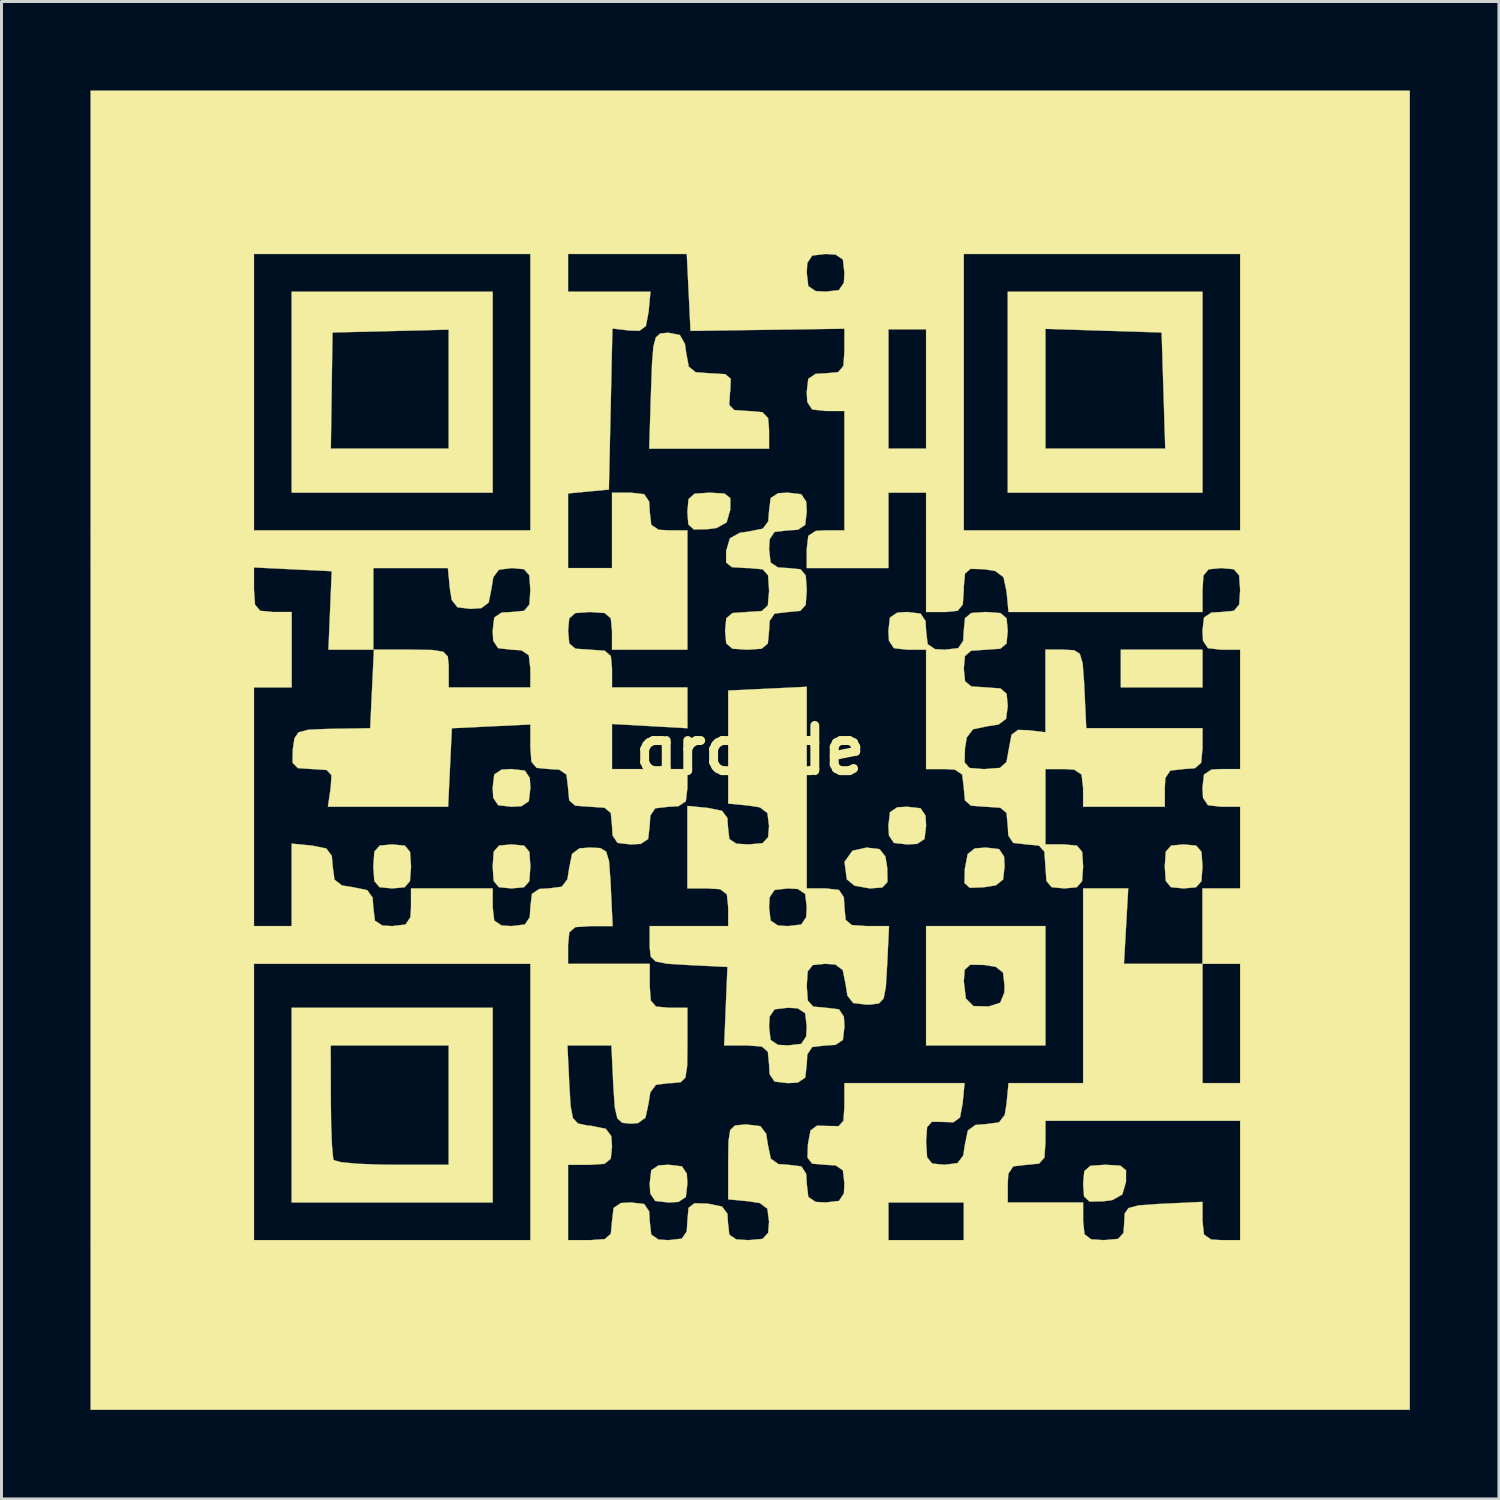
<source format=kicad_pcb>
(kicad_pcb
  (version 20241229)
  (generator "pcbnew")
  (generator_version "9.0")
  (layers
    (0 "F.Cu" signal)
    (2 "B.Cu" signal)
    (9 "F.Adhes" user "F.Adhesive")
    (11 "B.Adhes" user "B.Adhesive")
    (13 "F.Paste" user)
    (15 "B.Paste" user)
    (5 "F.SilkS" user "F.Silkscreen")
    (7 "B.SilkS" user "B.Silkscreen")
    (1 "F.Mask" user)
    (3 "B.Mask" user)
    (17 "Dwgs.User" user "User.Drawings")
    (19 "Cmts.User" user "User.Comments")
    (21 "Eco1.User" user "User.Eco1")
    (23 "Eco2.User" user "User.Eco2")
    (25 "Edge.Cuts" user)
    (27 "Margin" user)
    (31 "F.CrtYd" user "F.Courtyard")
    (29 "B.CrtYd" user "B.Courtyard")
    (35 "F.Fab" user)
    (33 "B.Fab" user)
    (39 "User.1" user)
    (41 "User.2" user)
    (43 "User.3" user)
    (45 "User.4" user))
  (footprint "qrcode"
    (layer "F.Cu")
    (at 22.23 22.23)
    (property "Reference" "qrcode" (at 0 0 0) (layer "F.SilkS") (effects (font (size 1.524 1.524) (thickness 0.3))))
    (attr through_hole)
    (fp_poly (pts (xy 15.24 -2.117) (xy 12.488 -2.117) (xy 12.488 -3.387) (xy 15.24 -3.387) (xy 15.24 -2.117)) (stroke (width 0.01) (type solid)) (fill yes) (layer "F.SilkS"))
    (fp_poly (pts (xy 4.362 3.335) (xy 4.556 3.584) (xy 4.617 3.969) (xy 4.626 4.44) (xy 4.452 4.625) (xy 4.028 4.657) (xy 3.515 4.565) (xy 3.256 4.352) (xy 3.178 3.762) (xy 3.444 3.389) (xy 3.919 3.281) (xy 4.362 3.335)) (stroke (width 0.01) (type solid)) (fill yes) (layer "F.SilkS"))
    (fp_poly (pts (xy -11.638 3.216) (xy -11.463 3.426) (xy -11.43 3.916) (xy -11.465 4.414) (xy -11.645 4.618) (xy -12.065 4.657) (xy -12.492 4.615) (xy -12.667 4.406) (xy -12.7 3.916) (xy -12.665 3.418) (xy -12.485 3.214) (xy -12.065 3.175) (xy -11.638 3.216)) (stroke (width 0.01) (type solid)) (fill yes) (layer "F.SilkS"))
    (fp_poly (pts (xy -8.678 -8.678) (xy -15.452 -8.678) (xy -15.452 -10.16) (xy -14.132 -10.16) (xy -10.16 -10.16) (xy -10.16 -14.173) (xy -14.076 -14.076) (xy -14.104 -12.118) (xy -14.132 -10.16) (xy -15.452 -10.16) (xy -15.452 -15.452) (xy -8.678 -15.452) (xy -8.678 -8.678)) (stroke (width 0.01) (type solid)) (fill yes) (layer "F.SilkS"))
    (fp_poly (pts (xy -7.617 3.216) (xy -7.442 3.426) (xy -7.408 3.916) (xy -7.444 4.414) (xy -7.623 4.618) (xy -8.043 4.657) (xy -8.47 4.615) (xy -8.645 4.406) (xy -8.678 3.916) (xy -8.643 3.418) (xy -8.463 3.214) (xy -8.043 3.175) (xy -7.617 3.216)) (stroke (width 0.01) (type solid)) (fill yes) (layer "F.SilkS"))
    (fp_poly (pts (xy -7.594 0.687) (xy -7.428 0.935) (xy -7.408 1.27) (xy -7.461 1.72) (xy -7.708 1.886) (xy -8.043 1.905) (xy -8.493 1.853) (xy -8.659 1.605) (xy -8.678 1.27) (xy -8.626 0.82) (xy -8.378 0.654) (xy -8.043 0.635) (xy -7.594 0.687)) (stroke (width 0.01) (type solid)) (fill yes) (layer "F.SilkS"))
    (fp_poly (pts (xy -2.302 14.022) (xy -2.136 14.27) (xy -2.117 14.605) (xy -2.169 15.055) (xy -2.417 15.221) (xy -2.752 15.24) (xy -3.201 15.188) (xy -3.367 14.94) (xy -3.387 14.605) (xy -3.334 14.155) (xy -3.087 13.989) (xy -2.752 13.97) (xy -2.302 14.022)) (stroke (width 0.01) (type solid)) (fill yes) (layer "F.SilkS"))
    (fp_poly (pts (xy 5.741 1.957) (xy 5.907 2.205) (xy 5.927 2.54) (xy 5.874 2.99) (xy 5.627 3.156) (xy 5.292 3.175) (xy 4.842 3.123) (xy 4.676 2.875) (xy 4.657 2.54) (xy 4.709 2.09) (xy 4.957 1.924) (xy 5.292 1.905) (xy 5.741 1.957)) (stroke (width 0.01) (type solid)) (fill yes) (layer "F.SilkS"))
    (fp_poly (pts (xy 15.032 3.216) (xy 15.207 3.426) (xy 15.24 3.916) (xy 15.205 4.414) (xy 15.025 4.618) (xy 14.605 4.657) (xy 14.178 4.615) (xy 14.003 4.406) (xy 13.97 3.916) (xy 14.005 3.418) (xy 14.185 3.214) (xy 14.605 3.175) (xy 15.032 3.216)) (stroke (width 0.01) (type solid)) (fill yes) (layer "F.SilkS"))
    (fp_poly (pts (xy 8.387 3.333) (xy 8.553 3.581) (xy 8.572 3.916) (xy 8.521 4.358) (xy 8.278 4.553) (xy 7.87 4.618) (xy 7.396 4.635) (xy 7.222 4.477) (xy 7.231 4.027) (xy 7.235 3.983) (xy 7.328 3.5) (xy 7.566 3.31) (xy 7.938 3.281) (xy 8.387 3.333)) (stroke (width 0.01) (type solid)) (fill yes) (layer "F.SilkS"))
    (fp_poly (pts (xy 15.24 -8.678) (xy 8.678 -8.678) (xy 8.678 -10.16) (xy 9.948 -10.16) (xy 13.986 -10.16) (xy 13.925 -12.118) (xy 13.864 -14.076) (xy 11.906 -14.137) (xy 9.948 -14.198) (xy 9.948 -10.16) (xy 8.678 -10.16) (xy 8.678 -15.452) (xy 15.24 -15.452) (xy 15.24 -8.678)) (stroke (width 0.01) (type solid)) (fill yes) (layer "F.SilkS"))
    (fp_poly (pts (xy -0.863 -8.648) (xy -0.671 -8.492) (xy -0.672 -8.113) (xy -0.674 -8.096) (xy -0.796 -7.677) (xy -1.125 -7.492) (xy -1.429 -7.448) (xy -1.9 -7.439) (xy -2.085 -7.612) (xy -2.117 -8.03) (xy -2.078 -8.463) (xy -1.876 -8.642) (xy -1.384 -8.678) (xy -1.362 -8.678) (xy -0.863 -8.648)) (stroke (width 0.01) (type solid)) (fill yes) (layer "F.SilkS"))
    (fp_poly (pts (xy 12.472 14) (xy 12.664 14.156) (xy 12.663 14.535) (xy 12.661 14.552) (xy 12.539 14.971) (xy 12.21 15.156) (xy 11.906 15.2) (xy 11.435 15.21) (xy 11.25 15.036) (xy 11.218 14.618) (xy 11.257 14.186) (xy 11.459 14.006) (xy 11.951 13.97) (xy 11.973 13.97) (xy 12.472 14)) (stroke (width 0.01) (type solid)) (fill yes) (layer "F.SilkS"))
    (fp_poly (pts (xy -8.678 15.24) (xy -15.452 15.24) (xy -15.452 9.948) (xy -14.138 9.948) (xy -14.133 11.8) (xy -14.121 12.651) (xy -14.093 13.335) (xy -14.054 13.747) (xy -14.037 13.811) (xy -13.798 13.882) (xy -13.237 13.936) (xy -12.455 13.966) (xy -12.053 13.97) (xy -10.16 13.97) (xy -10.16 9.948) (xy -14.138 9.948) (xy -15.452 9.948) (xy -15.452 8.678) (xy -8.678 8.678) (xy -8.678 15.24)) (stroke (width 0.01) (type solid)) (fill yes) (layer "F.SilkS"))
    (fp_poly (pts (xy 9.948 9.948) (xy 5.927 9.948) (xy 5.927 7.783) (xy 7.197 7.783) (xy 7.265 8.366) (xy 7.523 8.622) (xy 8.035 8.635) (xy 8.424 8.51) (xy 8.563 8.171) (xy 8.572 7.938) (xy 8.519 7.492) (xy 8.271 7.298) (xy 7.885 7.236) (xy 7.413 7.228) (xy 7.227 7.399) (xy 7.197 7.783) (xy 5.927 7.783) (xy 5.927 5.927) (xy 9.948 5.927) (xy 9.948 9.948)) (stroke (width 0.01) (type solid)) (fill yes) (layer "F.SilkS"))
    (fp_poly (pts (xy -2.372 -13.993) (xy -2.201 -13.692) (xy -2.156 -13.383) (xy -2.07 -12.925) (xy -1.841 -12.737) (xy -1.338 -12.7) (xy -0.842 -12.672) (xy -0.657 -12.517) (xy -0.671 -12.128) (xy -0.68 -12.065) (xy -0.707 -11.633) (xy -0.537 -11.461) (xy -0.069 -11.43) (xy 0.412 -11.39) (xy 0.603 -11.19) (xy 0.635 -10.795) (xy 0.635 -10.16) (xy -3.403 -10.16) (xy -3.342 -12.113) (xy -3.309 -13.028) (xy -3.263 -13.6) (xy -3.18 -13.91) (xy -3.036 -14.039) (xy -2.806 -14.065) (xy -2.752 -14.066) (xy -2.372 -13.993)) (stroke (width 0.01) (type solid)) (fill yes) (layer "F.SilkS"))
    (fp_poly (pts (xy 1.72 -8.626) (xy 1.886 -8.378) (xy 1.905 -8.043) (xy 1.853 -7.594) (xy 1.605 -7.428) (xy 1.27 -7.408) (xy 0.82 -7.356) (xy 0.654 -7.108) (xy 0.635 -6.773) (xy 0.687 -6.324) (xy 0.935 -6.158) (xy 1.27 -6.138) (xy 1.697 -6.097) (xy 1.872 -5.888) (xy 1.905 -5.397) (xy 1.87 -4.9) (xy 1.69 -4.696) (xy 1.27 -4.657) (xy 0.82 -4.604) (xy 0.654 -4.357) (xy 0.635 -4.022) (xy 0.594 -3.595) (xy 0.384 -3.42) (xy -0.106 -3.387) (xy -0.604 -3.422) (xy -0.808 -3.602) (xy -0.847 -4.022) (xy -0.805 -4.448) (xy -0.596 -4.623) (xy -0.106 -4.657) (xy 0.391 -4.689) (xy 0.594 -4.874) (xy 0.635 -5.341) (xy 0.635 -5.397) (xy 0.603 -5.891) (xy 0.422 -6.096) (xy -0.036 -6.138) (xy -0.12 -6.138) (xy -0.619 -6.169) (xy -0.811 -6.325) (xy -0.81 -6.703) (xy -0.808 -6.72) (xy -0.685 -7.139) (xy -0.356 -7.324) (xy -0.053 -7.369) (xy 0.424 -7.465) (xy 0.609 -7.712) (xy 0.635 -8.057) (xy 0.689 -8.497) (xy 0.941 -8.66) (xy 1.27 -8.678) (xy 1.72 -8.626)) (stroke (width 0.01) (type solid)) (fill yes) (layer "F.SilkS"))
    (fp_poly (pts (xy 8.435 -4.621) (xy 8.639 -4.442) (xy 8.678 -4.022) (xy 8.637 -3.595) (xy 8.428 -3.42) (xy 7.938 -3.387) (xy 7.44 -3.351) (xy 7.236 -3.172) (xy 7.197 -2.752) (xy 7.238 -2.325) (xy 7.447 -2.15) (xy 7.938 -2.117) (xy 8.435 -2.081) (xy 8.64 -1.902) (xy 8.678 -1.495) (xy 8.623 -1.059) (xy 8.37 -0.867) (xy 7.99 -0.807) (xy 7.506 -0.705) (xy 7.297 -0.429) (xy 7.236 -0.053) (xy 7.223 0.407) (xy 7.386 0.597) (xy 7.842 0.635) (xy 7.911 0.635) (xy 8.414 0.596) (xy 8.636 0.398) (xy 8.718 -0.053) (xy 8.806 -0.522) (xy 9.025 -0.684) (xy 9.366 -0.673) (xy 9.948 -0.605) (xy 9.948 -3.387) (xy 10.573 -3.387) (xy 10.915 -3.368) (xy 11.107 -3.248) (xy 11.202 -2.928) (xy 11.249 -2.311) (xy 11.261 -2.064) (xy 11.324 -0.741) (xy 15.241 -0.741) (xy 15.24 -0.053) (xy 15.197 0.421) (xy 14.988 0.606) (xy 14.605 0.635) (xy 14.155 0.687) (xy 13.989 0.935) (xy 13.97 1.27) (xy 13.97 1.905) (xy 11.218 1.905) (xy 11.218 1.27) (xy 11.166 0.82) (xy 10.918 0.654) (xy 10.583 0.635) (xy 9.948 0.635) (xy 9.948 3.175) (xy 10.583 3.175) (xy 11.01 3.216) (xy 11.185 3.426) (xy 11.218 3.916) (xy 11.183 4.414) (xy 11.003 4.618) (xy 10.583 4.657) (xy 10.157 4.615) (xy 9.982 4.406) (xy 9.948 3.916) (xy 9.913 3.418) (xy 9.733 3.214) (xy 9.313 3.175) (xy 8.864 3.123) (xy 8.698 2.875) (xy 8.678 2.54) (xy 8.637 2.113) (xy 8.428 1.938) (xy 7.938 1.905) (xy 7.44 1.87) (xy 7.236 1.69) (xy 7.197 1.27) (xy 7.144 0.82) (xy 6.897 0.654) (xy 6.562 0.635) (xy 5.927 0.635) (xy 5.927 -3.387) (xy 5.292 -3.387) (xy 4.842 -3.439) (xy 4.676 -3.687) (xy 4.657 -4.022) (xy 4.709 -4.471) (xy 4.957 -4.637) (xy 5.292 -4.657) (xy 5.741 -4.604) (xy 5.907 -4.357) (xy 5.927 -4.022) (xy 5.979 -3.572) (xy 6.227 -3.406) (xy 6.562 -3.387) (xy 7.011 -3.439) (xy 7.177 -3.687) (xy 7.197 -4.022) (xy 7.238 -4.448) (xy 7.447 -4.623) (xy 7.938 -4.657) (xy 8.435 -4.621)) (stroke (width 0.01) (type solid)) (fill yes) (layer "F.SilkS"))
    (fp_poly (pts (xy 1.905 4.657) (xy 2.54 4.657) (xy 2.99 4.709) (xy 3.156 4.957) (xy 3.175 5.292) (xy 3.215 5.716) (xy 3.422 5.892) (xy 3.922 5.927) (xy 4.677 5.927) (xy 4.614 7.25) (xy 4.571 7.971) (xy 4.496 8.366) (xy 4.336 8.534) (xy 4.041 8.572) (xy 3.916 8.572) (xy 3.471 8.519) (xy 3.276 8.271) (xy 3.215 7.885) (xy 3.118 7.407) (xy 2.872 7.222) (xy 2.527 7.197) (xy 2.109 7.239) (xy 1.937 7.453) (xy 1.905 7.938) (xy 1.94 8.435) (xy 2.12 8.639) (xy 2.54 8.678) (xy 2.99 8.731) (xy 3.156 8.978) (xy 3.175 9.313) (xy 3.123 9.763) (xy 2.875 9.929) (xy 2.54 9.948) (xy 2.09 10.001) (xy 1.924 10.248) (xy 1.905 10.583) (xy 1.853 11.033) (xy 1.605 11.199) (xy 1.27 11.218) (xy 0.82 11.166) (xy 0.654 10.918) (xy 0.635 10.583) (xy 0.595 10.16) (xy 0.39 9.984) (xy -0.107 9.948) (xy -0.121 9.948) (xy -0.877 9.948) (xy -0.85 9.313) (xy 0.635 9.313) (xy 0.687 9.763) (xy 0.935 9.929) (xy 1.27 9.948) (xy 1.72 9.896) (xy 1.886 9.648) (xy 1.905 9.313) (xy 1.853 8.864) (xy 1.605 8.698) (xy 1.27 8.678) (xy 0.82 8.731) (xy 0.654 8.978) (xy 0.635 9.313) (xy -0.85 9.313) (xy -0.822 8.625) (xy -0.767 7.303) (xy -2.077 7.239) (xy -2.793 7.196) (xy -3.185 7.119) (xy -3.35 6.957) (xy -3.386 6.659) (xy -3.387 6.552) (xy -3.387 5.927) (xy -0.741 5.927) (xy -0.741 5.292) (xy 0.635 5.292) (xy 0.687 5.741) (xy 0.935 5.907) (xy 1.27 5.927) (xy 1.72 5.874) (xy 1.886 5.627) (xy 1.905 5.292) (xy 1.853 4.842) (xy 1.605 4.676) (xy 1.27 4.657) (xy 0.82 4.709) (xy 0.654 4.957) (xy 0.635 5.292) (xy -0.741 5.292) (xy -0.787 4.854) (xy -1.014 4.683) (xy -1.429 4.657) (xy -2.117 4.657) (xy -2.117 1.878) (xy -1.429 1.945) (xy -0.951 2.041) (xy -0.769 2.284) (xy -0.749 2.593) (xy -0.704 2.993) (xy -0.468 3.151) (xy -0.061 3.175) (xy 0.417 3.133) (xy 0.605 2.929) (xy 0.635 2.553) (xy 0.58 2.117) (xy 0.326 1.925) (xy -0.053 1.865) (xy -0.741 1.799) (xy -0.741 -2.011) (xy 1.905 -2.137) (xy 1.905 4.657)) (stroke (width 0.01) (type solid)) (fill yes) (layer "F.SilkS"))
    (fp_poly (pts (xy 22.225 22.225) (xy -22.225 22.225) (xy -22.225 7.197) (xy -16.722 7.197) (xy -16.722 16.51) (xy -7.408 16.51) (xy -7.408 7.197) (xy -16.722 7.197) (xy -22.225 7.197) (xy -22.225 -6.159) (xy -16.722 -6.159) (xy -16.722 -5.408) (xy -16.687 -4.905) (xy -16.513 -4.698) (xy -16.09 -4.657) (xy -16.087 -4.657) (xy -15.452 -4.657) (xy -15.452 -2.117) (xy -16.722 -2.117) (xy -16.722 5.927) (xy -15.452 5.927) (xy -15.452 3.148) (xy -14.764 3.215) (xy -14.286 3.311) (xy -14.099 3.561) (xy -14.069 3.916) (xy -14.009 4.363) (xy -13.754 4.558) (xy -13.381 4.617) (xy -12.907 4.715) (xy -12.724 4.966) (xy -12.7 5.305) (xy -12.646 5.746) (xy -12.394 5.908) (xy -12.065 5.927) (xy -11.615 5.874) (xy -11.449 5.627) (xy -11.43 5.292) (xy -11.43 4.657) (xy -8.678 4.657) (xy -8.678 5.292) (xy -8.626 5.741) (xy -8.378 5.907) (xy -8.043 5.927) (xy -7.594 5.874) (xy -7.428 5.627) (xy -7.408 5.292) (xy -7.355 4.842) (xy -7.109 4.676) (xy -6.787 4.657) (xy -6.35 4.601) (xy -6.159 4.348) (xy -6.099 3.969) (xy -6.003 3.492) (xy -5.756 3.307) (xy -5.397 3.281) (xy -5.051 3.298) (xy -4.855 3.416) (xy -4.759 3.732) (xy -4.712 4.343) (xy -4.699 4.604) (xy -4.636 5.927) (xy -5.387 5.927) (xy -5.89 5.961) (xy -6.097 6.135) (xy -6.138 6.558) (xy -6.138 6.562) (xy -6.138 7.197) (xy -3.387 7.197) (xy -3.387 7.938) (xy -3.351 8.435) (xy -3.172 8.639) (xy -2.752 8.678) (xy -2.117 8.678) (xy -2.117 9.948) (xy -2.125 10.651) (xy -2.184 11.031) (xy -2.341 11.186) (xy -2.646 11.218) (xy -2.738 11.218) (xy -3.176 11.274) (xy -3.368 11.53) (xy -3.426 11.902) (xy -3.529 12.382) (xy -3.781 12.565) (xy -4.022 12.584) (xy -4.312 12.555) (xy -4.478 12.404) (xy -4.563 12.032) (xy -4.61 11.343) (xy -4.614 11.266) (xy -4.677 9.948) (xy -6.159 9.948) (xy -6.096 11.271) (xy -6.053 11.993) (xy -5.975 12.394) (xy -5.806 12.578) (xy -5.491 12.646) (xy -5.345 12.66) (xy -4.867 12.757) (xy -4.682 13.003) (xy -4.657 13.348) (xy -4.699 13.766) (xy -4.913 13.938) (xy -5.397 13.97) (xy -6.138 13.97) (xy -6.138 16.51) (xy -5.397 16.51) (xy -4.9 16.475) (xy -4.696 16.295) (xy -4.657 15.875) (xy -4.604 15.425) (xy -4.357 15.259) (xy -4.022 15.24) (xy -3.572 15.292) (xy -3.406 15.54) (xy -3.387 15.875) (xy -3.334 16.325) (xy -3.087 16.491) (xy -2.752 16.51) (xy -2.305 16.459) (xy -2.138 16.217) (xy -2.117 15.862) (xy -2.078 15.421) (xy -1.875 15.266) (xy -1.429 15.28) (xy -0.951 15.376) (xy -0.769 15.619) (xy -0.749 15.928) (xy -0.704 16.328) (xy -0.468 16.486) (xy -0.061 16.51) (xy 0.417 16.468) (xy 0.605 16.264) (xy 0.635 15.888) (xy 0.58 15.452) (xy 0.326 15.26) (xy -0.053 15.2) (xy -0.741 15.134) (xy -0.741 13.875) (xy -0.732 13.175) (xy -0.673 12.799) (xy -0.512 12.646) (xy -0.2 12.615) (xy -0.106 12.614) (xy 0.342 12.668) (xy 0.536 12.92) (xy 0.595 13.291) (xy 0.694 13.765) (xy 0.947 13.946) (xy 1.283 13.97) (xy 1.724 14.024) (xy 1.886 14.276) (xy 1.905 14.605) (xy 1.957 15.055) (xy 2.205 15.221) (xy 2.54 15.24) (xy 4.657 15.24) (xy 4.657 16.51) (xy 7.197 16.51) (xy 7.197 15.24) (xy 4.657 15.24) (xy 2.54 15.24) (xy 2.99 15.188) (xy 3.156 14.94) (xy 3.175 14.605) (xy 8.678 14.605) (xy 8.678 15.24) (xy 11.218 15.24) (xy 11.218 15.875) (xy 11.264 16.311) (xy 11.488 16.482) (xy 11.915 16.51) (xy 12.393 16.468) (xy 12.579 16.268) (xy 12.603 15.928) (xy 12.62 15.61) (xy 12.748 15.429) (xy 13.085 15.339) (xy 13.726 15.292) (xy 13.917 15.283) (xy 15.24 15.22) (xy 15.24 15.865) (xy 15.29 16.319) (xy 15.53 16.489) (xy 15.875 16.51) (xy 16.51 16.51) (xy 16.51 12.488) (xy 9.948 12.488) (xy 9.948 13.229) (xy 9.913 13.727) (xy 9.733 13.931) (xy 9.313 13.97) (xy 8.864 14.022) (xy 8.698 14.27) (xy 8.678 14.605) (xy 3.175 14.605) (xy 3.124 14.158) (xy 2.882 13.991) (xy 2.527 13.97) (xy 2.086 13.932) (xy 1.931 13.729) (xy 1.945 13.282) (xy 2.033 12.813) (xy 2.252 12.651) (xy 2.593 12.662) (xy 2.98 12.668) (xy 3.142 12.486) (xy 3.175 11.999) (xy 3.175 11.974) (xy 3.175 11.218) (xy 7.223 11.218) (xy 7.157 11.906) (xy 7.069 12.375) (xy 6.85 12.538) (xy 6.509 12.526) (xy 6.121 12.52) (xy 5.96 12.703) (xy 5.927 13.189) (xy 5.927 13.214) (xy 5.961 13.719) (xy 6.132 13.928) (xy 6.546 13.97) (xy 6.548 13.97) (xy 6.986 13.914) (xy 7.178 13.658) (xy 7.236 13.289) (xy 7.334 12.814) (xy 7.588 12.629) (xy 7.938 12.601) (xy 8.383 12.542) (xy 8.578 12.289) (xy 8.639 11.906) (xy 8.705 11.218) (xy 11.218 11.218) (xy 15.24 11.218) (xy 16.51 11.218) (xy 16.51 7.197) (xy 15.24 7.197) (xy 15.24 11.218) (xy 11.218 11.218) (xy 11.218 4.657) (xy 12.738 4.657) (xy 12.594 7.197) (xy 15.24 7.197) (xy 15.24 4.657) (xy 16.51 4.657) (xy 16.51 1.905) (xy 15.875 1.905) (xy 15.425 1.853) (xy 15.259 1.605) (xy 15.24 1.27) (xy 15.292 0.82) (xy 15.54 0.654) (xy 15.875 0.635) (xy 16.51 0.635) (xy 16.51 -3.387) (xy 15.875 -3.387) (xy 15.425 -3.439) (xy 15.259 -3.687) (xy 15.24 -4.022) (xy 15.292 -4.471) (xy 15.54 -4.637) (xy 15.875 -4.657) (xy 16.302 -4.698) (xy 16.477 -4.907) (xy 16.51 -5.397) (xy 16.475 -5.895) (xy 16.295 -6.099) (xy 15.875 -6.138) (xy 15.448 -6.097) (xy 15.273 -5.888) (xy 15.24 -5.397) (xy 15.24 -4.657) (xy 8.705 -4.657) (xy 8.639 -5.345) (xy 8.536 -5.829) (xy 8.26 -6.038) (xy 7.885 -6.099) (xy 7.427 -6.112) (xy 7.237 -5.953) (xy 7.197 -5.504) (xy 7.197 -5.411) (xy 7.163 -4.907) (xy 6.99 -4.698) (xy 6.57 -4.657) (xy 6.562 -4.657) (xy 5.927 -4.657) (xy 5.927 -8.678) (xy 4.657 -8.678) (xy 4.657 -6.138) (xy 1.905 -6.138) (xy 1.905 -6.773) (xy 1.957 -7.223) (xy 2.205 -7.389) (xy 2.54 -7.408) (xy 3.175 -7.408) (xy 3.175 -11.43) (xy 2.54 -11.43) (xy 2.09 -11.482) (xy 1.924 -11.73) (xy 1.905 -12.065) (xy 1.957 -12.515) (xy 2.205 -12.681) (xy 2.54 -12.7) (xy 2.964 -12.74) (xy 3.14 -12.947) (xy 3.175 -13.446) (xy 3.175 -13.452) (xy 3.175 -14.182) (xy 4.657 -14.182) (xy 4.657 -10.16) (xy 5.927 -10.16) (xy 5.927 -14.182) (xy 4.657 -14.182) (xy 3.175 -14.182) (xy 3.175 -14.204) (xy -2.011 -14.13) (xy -2.106 -16.087) (xy 1.905 -16.087) (xy 1.957 -15.637) (xy 2.205 -15.471) (xy 2.54 -15.452) (xy 2.99 -15.504) (xy 3.156 -15.752) (xy 3.175 -16.087) (xy 3.123 -16.536) (xy 2.875 -16.702) (xy 2.54 -16.722) (xy 7.197 -16.722) (xy 7.197 -7.408) (xy 16.51 -7.408) (xy 16.51 -16.722) (xy 7.197 -16.722) (xy 2.54 -16.722) (xy 2.09 -16.669) (xy 1.924 -16.422) (xy 1.905 -16.087) (xy -2.106 -16.087) (xy -2.137 -16.722) (xy -6.138 -16.722) (xy -6.138 -15.452) (xy -3.36 -15.452) (xy -3.426 -14.764) (xy -3.515 -14.294) (xy -3.734 -14.132) (xy -4.068 -14.143) (xy -4.644 -14.21) (xy -4.703 -11.497) (xy -4.763 -8.784) (xy -5.45 -8.718) (xy -6.138 -8.652) (xy -6.138 -6.138) (xy -4.657 -6.138) (xy -4.657 -8.678) (xy -4.022 -8.678) (xy -3.572 -8.626) (xy -3.406 -8.378) (xy -3.387 -8.043) (xy -3.334 -7.594) (xy -3.087 -7.428) (xy -2.752 -7.408) (xy -2.117 -7.408) (xy -2.117 -3.387) (xy -4.657 -3.387) (xy -4.657 -4.022) (xy -4.698 -4.448) (xy -4.907 -4.623) (xy -5.397 -4.657) (xy -5.895 -4.621) (xy -6.099 -4.442) (xy -6.138 -4.022) (xy -6.097 -3.595) (xy -5.888 -3.42) (xy -5.397 -3.387) (xy -4.9 -3.351) (xy -4.696 -3.172) (xy -4.657 -2.752) (xy -4.657 -2.117) (xy -2.117 -2.117) (xy -2.116 -1.429) (xy -2.116 -0.741) (xy -3.386 -0.813) (xy -4.657 -0.884) (xy -4.657 0.635) (xy -2.117 0.635) (xy -2.117 1.27) (xy -2.169 1.72) (xy -2.417 1.886) (xy -2.752 1.905) (xy -3.201 1.957) (xy -3.367 2.205) (xy -3.387 2.54) (xy -3.439 2.99) (xy -3.687 3.156) (xy -4.022 3.175) (xy -4.471 3.123) (xy -4.637 2.875) (xy -4.657 2.54) (xy -4.698 2.113) (xy -4.907 1.938) (xy -5.397 1.905) (xy -5.895 1.87) (xy -6.099 1.69) (xy -6.138 1.27) (xy -6.191 0.82) (xy -6.438 0.654) (xy -6.773 0.635) (xy -7.198 0.595) (xy -7.374 0.388) (xy -7.408 -0.112) (xy -7.408 -0.116) (xy -7.408 -0.867) (xy -8.731 -0.804) (xy -10.054 -0.741) (xy -10.117 0.582) (xy -10.18 1.905) (xy -12.205 1.905) (xy -14.23 1.905) (xy -14.137 1.27) (xy -14.109 0.841) (xy -14.275 0.667) (xy -14.749 0.635) (xy -14.761 0.635) (xy -15.243 0.603) (xy -15.421 0.425) (xy -15.413 -0.021) (xy -15.412 -0.032) (xy -15.358 -0.402) (xy -15.219 -0.603) (xy -14.89 -0.69) (xy -14.267 -0.717) (xy -14.076 -0.72) (xy -12.806 -0.741) (xy -12.743 -2.064) (xy -12.68 -3.387) (xy -11.42 -3.387) (xy -10.72 -3.378) (xy -10.344 -3.319) (xy -10.191 -3.159) (xy -10.16 -2.847) (xy -10.16 -2.752) (xy -10.16 -2.117) (xy -7.408 -2.117) (xy -7.408 -2.752) (xy -7.461 -3.201) (xy -7.708 -3.367) (xy -8.043 -3.387) (xy -8.493 -3.439) (xy -8.659 -3.687) (xy -8.678 -4.022) (xy -8.626 -4.471) (xy -8.378 -4.637) (xy -8.043 -4.657) (xy -7.617 -4.698) (xy -7.442 -4.907) (xy -7.408 -5.397) (xy -7.444 -5.895) (xy -7.623 -6.1) (xy -8.03 -6.138) (xy -8.466 -6.083) (xy -8.658 -5.83) (xy -8.718 -5.45) (xy -8.813 -4.974) (xy -9.06 -4.789) (xy -9.419 -4.763) (xy -9.864 -4.816) (xy -10.059 -5.064) (xy -10.12 -5.45) (xy -10.187 -6.138) (xy -12.7 -6.138) (xy -12.7 -3.387) (xy -14.212 -3.387) (xy -14.157 -4.71) (xy -14.102 -6.032) (xy -16.722 -6.159) (xy -22.225 -6.159) (xy -22.225 -16.722) (xy -16.722 -16.722) (xy -16.722 -7.408) (xy -7.408 -7.408) (xy -7.408 -16.722) (xy -16.722 -16.722) (xy -22.225 -16.722) (xy -22.225 -22.225) (xy 22.225 -22.225) (xy 22.225 22.225)) (stroke (width 0.01) (type solid)) (fill yes) (layer "F.SilkS")))
  (gr_rect
    (start -3 -3)
    (end 47.46 47.46)
    (stroke (width 0.1) (type default))
    (fill no)
    (layer "Edge.Cuts")))
</source>
